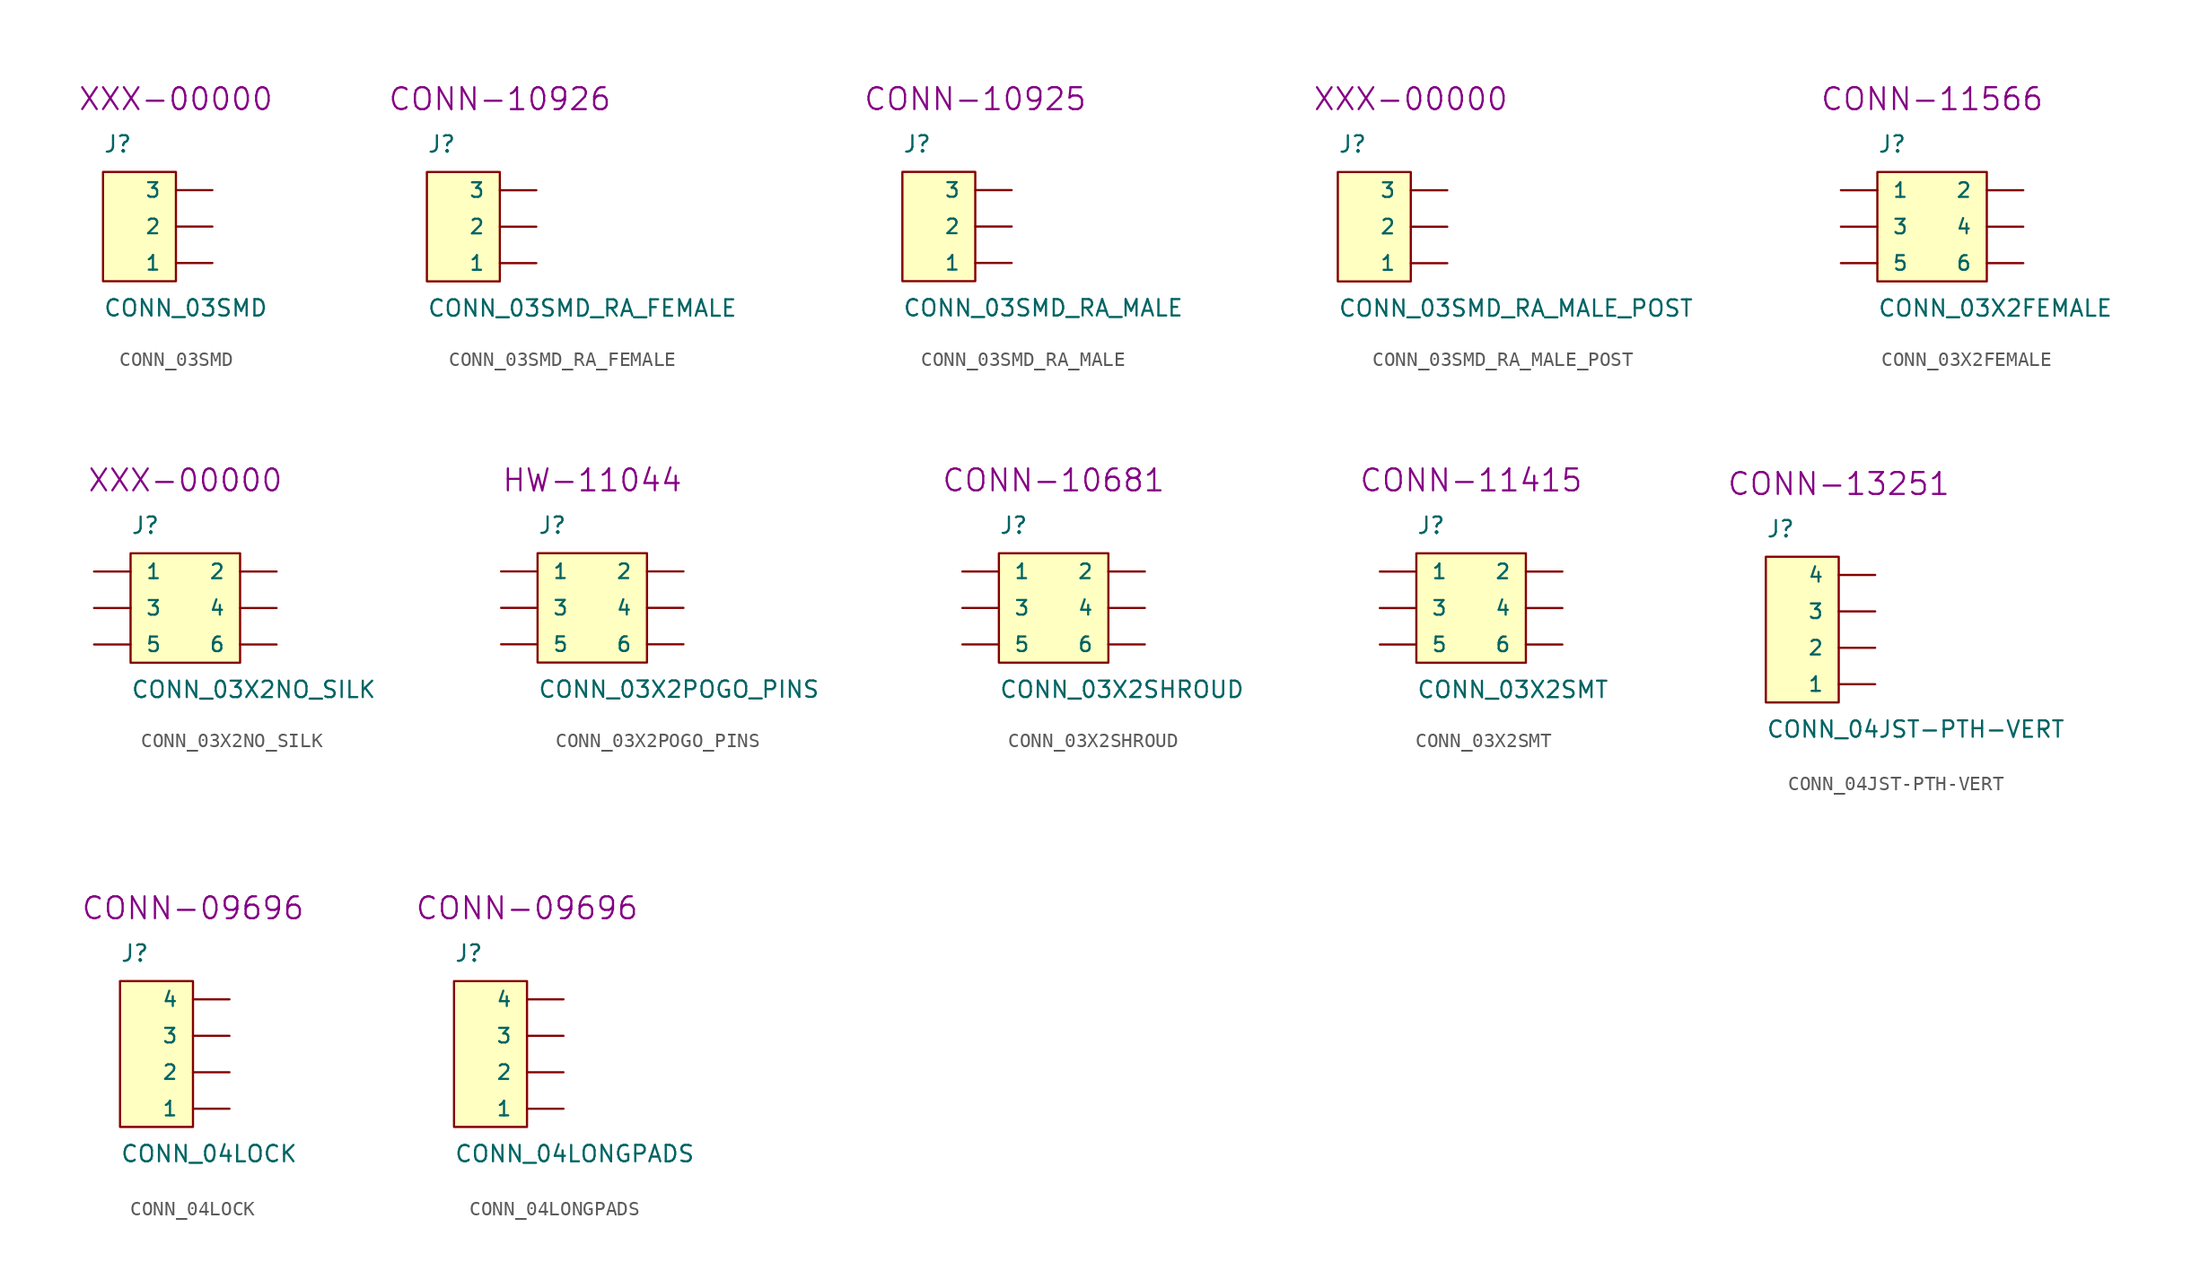
<source format=kicad_sym>
(kicad_symbol_lib
  (version 20201005)
  (generator kicad_symbol_editor)
  (symbol "CONN_03SMD"
    (pin_numbers hide)
    (pin_names
      (offset 1.016))
    (property "Reference" "J"
      (at -5.08 7.62 0)
      (effects (font (size 1.143 1.143)) (justify left bottom)))
    (property "Value" "CONN_03SMD"
      (at -5.08 -3.81 0)
      (effects (font (size 1.143 1.143)) (justify left bottom)))
    (property "Field4" "XXX-00000"
      (at 0 11.43 0)
      (effects (font (size 1.524 1.524))))
    (property "ki_locked" ""
      (at 0 0 0)
      (effects (font (size 1.27 1.27))))
    (symbol "CONN_03SMD_0_1"
      (rectangle (start 0 -1.27) (end -5.08 6.35) (stroke (width 0)) (fill (type background))))
    (symbol "CONN_03SMD_1_1"
      (pin passive line (at 2.54 0 180) (length 2.54) (name "1" (effects (font (size 1.016 1.016)))) (number "1" (effects (font (size 1.016 1.016)))))
      (pin passive line (at 2.54 2.54 180) (length 2.54) (name "2" (effects (font (size 1.016 1.016)))) (number "2" (effects (font (size 1.016 1.016)))))
      (pin passive line (at 2.54 5.08 180) (length 2.54) (name "3" (effects (font (size 1.016 1.016)))) (number "3" (effects (font (size 1.016 1.016)))))))
  (symbol "CONN_03SMD_RA_FEMALE"
    (pin_numbers hide)
    (pin_names
      (offset 1.016))
    (property "Reference" "J"
      (at -5.08 7.62 0)
      (effects (font (size 1.143 1.143)) (justify left bottom)))
    (property "Value" "CONN_03SMD_RA_FEMALE"
      (at -5.08 -3.81 0)
      (effects (font (size 1.143 1.143)) (justify left bottom)))
    (property "Field4" "CONN-10926"
      (at 0 11.43 0)
      (effects (font (size 1.524 1.524))))
    (property "ki_locked" ""
      (at 0 0 0)
      (effects (font (size 1.27 1.27))))
    (symbol "CONN_03SMD_RA_FEMALE_0_1"
      (rectangle (start 0 -1.27) (end -5.08 6.35) (stroke (width 0)) (fill (type background))))
    (symbol "CONN_03SMD_RA_FEMALE_1_1"
      (pin passive line (at 2.54 0 180) (length 2.54) (name "1" (effects (font (size 1.016 1.016)))) (number "1" (effects (font (size 1.016 1.016)))))
      (pin passive line (at 2.54 2.54 180) (length 2.54) (name "2" (effects (font (size 1.016 1.016)))) (number "2" (effects (font (size 1.016 1.016)))))
      (pin passive line (at 2.54 5.08 180) (length 2.54) (name "3" (effects (font (size 1.016 1.016)))) (number "3" (effects (font (size 1.016 1.016)))))))
  (symbol "CONN_03SMD_RA_MALE"
    (pin_numbers hide)
    (pin_names
      (offset 1.016))
    (property "Reference" "J"
      (at -5.08 7.62 0)
      (effects (font (size 1.143 1.143)) (justify left bottom)))
    (property "Value" "CONN_03SMD_RA_MALE"
      (at -5.08 -3.81 0)
      (effects (font (size 1.143 1.143)) (justify left bottom)))
    (property "Field4" "CONN-10925"
      (at 0 11.43 0)
      (effects (font (size 1.524 1.524))))
    (property "ki_locked" ""
      (at 0 0 0)
      (effects (font (size 1.27 1.27))))
    (symbol "CONN_03SMD_RA_MALE_0_1"
      (rectangle (start 0 -1.27) (end -5.08 6.35) (stroke (width 0)) (fill (type background))))
    (symbol "CONN_03SMD_RA_MALE_1_1"
      (pin passive line (at 2.54 0 180) (length 2.54) (name "1" (effects (font (size 1.016 1.016)))) (number "1" (effects (font (size 1.016 1.016)))))
      (pin passive line (at 2.54 2.54 180) (length 2.54) (name "2" (effects (font (size 1.016 1.016)))) (number "2" (effects (font (size 1.016 1.016)))))
      (pin passive line (at 2.54 5.08 180) (length 2.54) (name "3" (effects (font (size 1.016 1.016)))) (number "3" (effects (font (size 1.016 1.016)))))))
  (symbol "CONN_03SMD_RA_MALE_POST"
    (pin_numbers hide)
    (pin_names
      (offset 1.016))
    (property "Reference" "J"
      (at -5.08 7.62 0)
      (effects (font (size 1.143 1.143)) (justify left bottom)))
    (property "Value" "CONN_03SMD_RA_MALE_POST"
      (at -5.08 -3.81 0)
      (effects (font (size 1.143 1.143)) (justify left bottom)))
    (property "Field4" "XXX-00000"
      (at 0 11.43 0)
      (effects (font (size 1.524 1.524))))
    (property "ki_locked" ""
      (at 0 0 0)
      (effects (font (size 1.27 1.27))))
    (symbol "CONN_03SMD_RA_MALE_POST_0_1"
      (rectangle (start 0 -1.27) (end -5.08 6.35) (stroke (width 0)) (fill (type background))))
    (symbol "CONN_03SMD_RA_MALE_POST_1_1"
      (pin passive line (at 2.54 0 180) (length 2.54) (name "1" (effects (font (size 1.016 1.016)))) (number "1" (effects (font (size 1.016 1.016)))))
      (pin passive line (at 2.54 2.54 180) (length 2.54) (name "2" (effects (font (size 1.016 1.016)))) (number "2" (effects (font (size 1.016 1.016)))))
      (pin passive line (at 2.54 5.08 180) (length 2.54) (name "3" (effects (font (size 1.016 1.016)))) (number "3" (effects (font (size 1.016 1.016)))))))
  (symbol "CONN_03X2FEMALE"
    (pin_numbers hide)
    (pin_names
      (offset 1.016))
    (property "Reference" "J"
      (at -3.81 5.08 0)
      (effects (font (size 1.143 1.143)) (justify left bottom)))
    (property "Value" "CONN_03X2FEMALE"
      (at -3.81 -6.35 0)
      (effects (font (size 1.143 1.143)) (justify left bottom)))
    (property "Field4" "CONN-11566"
      (at 0 8.89 0)
      (effects (font (size 1.524 1.524))))
    (property "ki_locked" ""
      (at 0 0 0)
      (effects (font (size 1.27 1.27))))
    (symbol "CONN_03X2FEMALE_0_1"
      (rectangle (start 3.81 -3.81) (end -3.81 3.81) (stroke (width 0)) (fill (type background))))
    (symbol "CONN_03X2FEMALE_1_1"
      (pin bidirectional line (at -6.35 2.54 0) (length 2.54) (name "1" (effects (font (size 1.016 1.016)))) (number "1" (effects (font (size 1.016 1.016)))))
      (pin bidirectional line (at 6.35 2.54 180) (length 2.54) (name "2" (effects (font (size 1.016 1.016)))) (number "2" (effects (font (size 1.016 1.016)))))
      (pin bidirectional line (at -6.35 0 0) (length 2.54) (name "3" (effects (font (size 1.016 1.016)))) (number "3" (effects (font (size 1.016 1.016)))))
      (pin bidirectional line (at 6.35 0 180) (length 2.54) (name "4" (effects (font (size 1.016 1.016)))) (number "4" (effects (font (size 1.016 1.016)))))
      (pin bidirectional line (at -6.35 -2.54 0) (length 2.54) (name "5" (effects (font (size 1.016 1.016)))) (number "5" (effects (font (size 1.016 1.016)))))
      (pin bidirectional line (at 6.35 -2.54 180) (length 2.54) (name "6" (effects (font (size 1.016 1.016)))) (number "6" (effects (font (size 1.016 1.016)))))))
  (symbol "CONN_03X2NO_SILK"
    (pin_numbers hide)
    (pin_names
      (offset 1.016))
    (property "Reference" "J"
      (at -3.81 5.08 0)
      (effects (font (size 1.143 1.143)) (justify left bottom)))
    (property "Value" "CONN_03X2NO_SILK"
      (at -3.81 -6.35 0)
      (effects (font (size 1.143 1.143)) (justify left bottom)))
    (property "Field4" "XXX-00000"
      (at 0 8.89 0)
      (effects (font (size 1.524 1.524))))
    (property "ki_locked" ""
      (at 0 0 0)
      (effects (font (size 1.27 1.27))))
    (symbol "CONN_03X2NO_SILK_0_1"
      (rectangle (start 3.81 -3.81) (end -3.81 3.81) (stroke (width 0)) (fill (type background))))
    (symbol "CONN_03X2NO_SILK_1_1"
      (pin bidirectional line (at -6.35 2.54 0) (length 2.54) (name "1" (effects (font (size 1.016 1.016)))) (number "1" (effects (font (size 1.016 1.016)))))
      (pin bidirectional line (at 6.35 2.54 180) (length 2.54) (name "2" (effects (font (size 1.016 1.016)))) (number "2" (effects (font (size 1.016 1.016)))))
      (pin bidirectional line (at -6.35 0 0) (length 2.54) (name "3" (effects (font (size 1.016 1.016)))) (number "3" (effects (font (size 1.016 1.016)))))
      (pin bidirectional line (at 6.35 0 180) (length 2.54) (name "4" (effects (font (size 1.016 1.016)))) (number "4" (effects (font (size 1.016 1.016)))))
      (pin bidirectional line (at -6.35 -2.54 0) (length 2.54) (name "5" (effects (font (size 1.016 1.016)))) (number "5" (effects (font (size 1.016 1.016)))))
      (pin bidirectional line (at 6.35 -2.54 180) (length 2.54) (name "6" (effects (font (size 1.016 1.016)))) (number "6" (effects (font (size 1.016 1.016)))))))
  (symbol "CONN_03X2POGO_PINS"
    (pin_numbers hide)
    (pin_names
      (offset 1.016))
    (property "Reference" "J"
      (at -3.81 5.08 0)
      (effects (font (size 1.143 1.143)) (justify left bottom)))
    (property "Value" "CONN_03X2POGO_PINS"
      (at -3.81 -6.35 0)
      (effects (font (size 1.143 1.143)) (justify left bottom)))
    (property "Field4" "HW-11044"
      (at 0 8.89 0)
      (effects (font (size 1.524 1.524))))
    (property "ki_locked" ""
      (at 0 0 0)
      (effects (font (size 1.27 1.27))))
    (symbol "CONN_03X2POGO_PINS_0_1"
      (rectangle (start 3.81 -3.81) (end -3.81 3.81) (stroke (width 0)) (fill (type background))))
    (symbol "CONN_03X2POGO_PINS_1_1"
      (pin bidirectional line (at -6.35 2.54 0) (length 2.54) (name "1" (effects (font (size 1.016 1.016)))) (number "P$1" (effects (font (size 1.016 1.016)))))
      (pin bidirectional line (at 6.35 2.54 180) (length 2.54) (name "2" (effects (font (size 1.016 1.016)))) (number "P$2" (effects (font (size 1.016 1.016)))))
      (pin bidirectional line (at -6.35 0 0) (length 2.54) (name "3" (effects (font (size 1.016 1.016)))) (number "P$3" (effects (font (size 1.016 1.016)))))
      (pin bidirectional line (at 6.35 0 180) (length 2.54) (name "4" (effects (font (size 1.016 1.016)))) (number "P$4" (effects (font (size 1.016 1.016)))))
      (pin bidirectional line (at -6.35 -2.54 0) (length 2.54) (name "5" (effects (font (size 1.016 1.016)))) (number "P$5" (effects (font (size 1.016 1.016)))))
      (pin bidirectional line (at 6.35 -2.54 180) (length 2.54) (name "6" (effects (font (size 1.016 1.016)))) (number "P$6" (effects (font (size 1.016 1.016)))))))
  (symbol "CONN_03X2SHROUD"
    (pin_numbers hide)
    (pin_names
      (offset 1.016))
    (property "Reference" "J"
      (at -3.81 5.08 0)
      (effects (font (size 1.143 1.143)) (justify left bottom)))
    (property "Value" "CONN_03X2SHROUD"
      (at -3.81 -6.35 0)
      (effects (font (size 1.143 1.143)) (justify left bottom)))
    (property "Field4" "CONN-10681"
      (at 0 8.89 0)
      (effects (font (size 1.524 1.524))))
    (property "ki_locked" ""
      (at 0 0 0)
      (effects (font (size 1.27 1.27))))
    (symbol "CONN_03X2SHROUD_0_1"
      (rectangle (start 3.81 -3.81) (end -3.81 3.81) (stroke (width 0)) (fill (type background))))
    (symbol "CONN_03X2SHROUD_1_1"
      (pin bidirectional line (at -6.35 2.54 0) (length 2.54) (name "1" (effects (font (size 1.016 1.016)))) (number "1" (effects (font (size 1.016 1.016)))))
      (pin bidirectional line (at 6.35 2.54 180) (length 2.54) (name "2" (effects (font (size 1.016 1.016)))) (number "2" (effects (font (size 1.016 1.016)))))
      (pin bidirectional line (at -6.35 0 0) (length 2.54) (name "3" (effects (font (size 1.016 1.016)))) (number "3" (effects (font (size 1.016 1.016)))))
      (pin bidirectional line (at 6.35 0 180) (length 2.54) (name "4" (effects (font (size 1.016 1.016)))) (number "4" (effects (font (size 1.016 1.016)))))
      (pin bidirectional line (at -6.35 -2.54 0) (length 2.54) (name "5" (effects (font (size 1.016 1.016)))) (number "5" (effects (font (size 1.016 1.016)))))
      (pin bidirectional line (at 6.35 -2.54 180) (length 2.54) (name "6" (effects (font (size 1.016 1.016)))) (number "6" (effects (font (size 1.016 1.016)))))))
  (symbol "CONN_03X2SMT"
    (pin_numbers hide)
    (pin_names
      (offset 1.016))
    (property "Reference" "J"
      (at -3.81 5.08 0)
      (effects (font (size 1.143 1.143)) (justify left bottom)))
    (property "Value" "CONN_03X2SMT"
      (at -3.81 -6.35 0)
      (effects (font (size 1.143 1.143)) (justify left bottom)))
    (property "Field4" "CONN-11415"
      (at 0 8.89 0)
      (effects (font (size 1.524 1.524))))
    (property "ki_locked" ""
      (at 0 0 0)
      (effects (font (size 1.27 1.27))))
    (symbol "CONN_03X2SMT_0_1"
      (rectangle (start 3.81 -3.81) (end -3.81 3.81) (stroke (width 0)) (fill (type background))))
    (symbol "CONN_03X2SMT_1_1"
      (pin bidirectional line (at -6.35 2.54 0) (length 2.54) (name "1" (effects (font (size 1.016 1.016)))) (number "1" (effects (font (size 1.016 1.016)))))
      (pin bidirectional line (at 6.35 2.54 180) (length 2.54) (name "2" (effects (font (size 1.016 1.016)))) (number "2" (effects (font (size 1.016 1.016)))))
      (pin bidirectional line (at -6.35 0 0) (length 2.54) (name "3" (effects (font (size 1.016 1.016)))) (number "3" (effects (font (size 1.016 1.016)))))
      (pin bidirectional line (at 6.35 0 180) (length 2.54) (name "4" (effects (font (size 1.016 1.016)))) (number "4" (effects (font (size 1.016 1.016)))))
      (pin bidirectional line (at -6.35 -2.54 0) (length 2.54) (name "5" (effects (font (size 1.016 1.016)))) (number "5" (effects (font (size 1.016 1.016)))))
      (pin bidirectional line (at 6.35 -2.54 180) (length 2.54) (name "6" (effects (font (size 1.016 1.016)))) (number "6" (effects (font (size 1.016 1.016)))))))
  (symbol "CONN_04JST-PTH-VERT"
    (pin_numbers hide)
    (pin_names
      (offset 1.016))
    (property "Reference" "J"
      (at -5.08 10.16 0)
      (effects (font (size 1.143 1.143)) (justify left bottom)))
    (property "Value" "CONN_04JST-PTH-VERT"
      (at -5.08 -3.81 0)
      (effects (font (size 1.143 1.143)) (justify left bottom)))
    (property "Field4" "CONN-13251"
      (at 0 13.97 0)
      (effects (font (size 1.524 1.524))))
    (property "ki_locked" ""
      (at 0 0 0)
      (effects (font (size 1.27 1.27))))
    (symbol "CONN_04JST-PTH-VERT_0_1"
      (rectangle (start 0 -1.27) (end -5.08 8.89) (stroke (width 0)) (fill (type background))))
    (symbol "CONN_04JST-PTH-VERT_1_1"
      (pin passive line (at 2.54 0 180) (length 2.54) (name "1" (effects (font (size 1.016 1.016)))) (number "1" (effects (font (size 1.016 1.016)))))
      (pin passive line (at 2.54 2.54 180) (length 2.54) (name "2" (effects (font (size 1.016 1.016)))) (number "2" (effects (font (size 1.016 1.016)))))
      (pin passive line (at 2.54 5.08 180) (length 2.54) (name "3" (effects (font (size 1.016 1.016)))) (number "3" (effects (font (size 1.016 1.016)))))
      (pin passive line (at 2.54 7.62 180) (length 2.54) (name "4" (effects (font (size 1.016 1.016)))) (number "4" (effects (font (size 1.016 1.016)))))))
  (symbol "CONN_04LOCK"
    (pin_numbers hide)
    (pin_names
      (offset 1.016))
    (property "Reference" "J"
      (at -5.08 10.16 0)
      (effects (font (size 1.143 1.143)) (justify left bottom)))
    (property "Value" "CONN_04LOCK"
      (at -5.08 -3.81 0)
      (effects (font (size 1.143 1.143)) (justify left bottom)))
    (property "Field4" "CONN-09696"
      (at 0 13.97 0)
      (effects (font (size 1.524 1.524))))
    (property "ki_locked" ""
      (at 0 0 0)
      (effects (font (size 1.27 1.27))))
    (symbol "CONN_04LOCK_0_1"
      (rectangle (start 0 -1.27) (end -5.08 8.89) (stroke (width 0)) (fill (type background))))
    (symbol "CONN_04LOCK_1_1"
      (pin passive line (at 2.54 0 180) (length 2.54) (name "1" (effects (font (size 1.016 1.016)))) (number "1" (effects (font (size 1.016 1.016)))))
      (pin passive line (at 2.54 2.54 180) (length 2.54) (name "2" (effects (font (size 1.016 1.016)))) (number "2" (effects (font (size 1.016 1.016)))))
      (pin passive line (at 2.54 5.08 180) (length 2.54) (name "3" (effects (font (size 1.016 1.016)))) (number "3" (effects (font (size 1.016 1.016)))))
      (pin passive line (at 2.54 7.62 180) (length 2.54) (name "4" (effects (font (size 1.016 1.016)))) (number "4" (effects (font (size 1.016 1.016)))))))
  (symbol "CONN_04LONGPADS"
    (pin_numbers hide)
    (pin_names
      (offset 1.016))
    (property "Reference" "J"
      (at -5.08 10.16 0)
      (effects (font (size 1.143 1.143)) (justify left bottom)))
    (property "Value" "CONN_04LONGPADS"
      (at -5.08 -3.81 0)
      (effects (font (size 1.143 1.143)) (justify left bottom)))
    (property "Field4" "CONN-09696"
      (at 0 13.97 0)
      (effects (font (size 1.524 1.524))))
    (property "ki_locked" ""
      (at 0 0 0)
      (effects (font (size 1.27 1.27))))
    (symbol "CONN_04LONGPADS_0_1"
      (rectangle (start 0 -1.27) (end -5.08 8.89) (stroke (width 0)) (fill (type background))))
    (symbol "CONN_04LONGPADS_1_1"
      (pin passive line (at 2.54 0 180) (length 2.54) (name "1" (effects (font (size 1.016 1.016)))) (number "1" (effects (font (size 1.016 1.016)))))
      (pin passive line (at 2.54 2.54 180) (length 2.54) (name "2" (effects (font (size 1.016 1.016)))) (number "2" (effects (font (size 1.016 1.016)))))
      (pin passive line (at 2.54 5.08 180) (length 2.54) (name "3" (effects (font (size 1.016 1.016)))) (number "3" (effects (font (size 1.016 1.016)))))
      (pin passive line (at 2.54 7.62 180) (length 2.54) (name "4" (effects (font (size 1.016 1.016)))) (number "4" (effects (font (size 1.016 1.016))))))))
</source>
